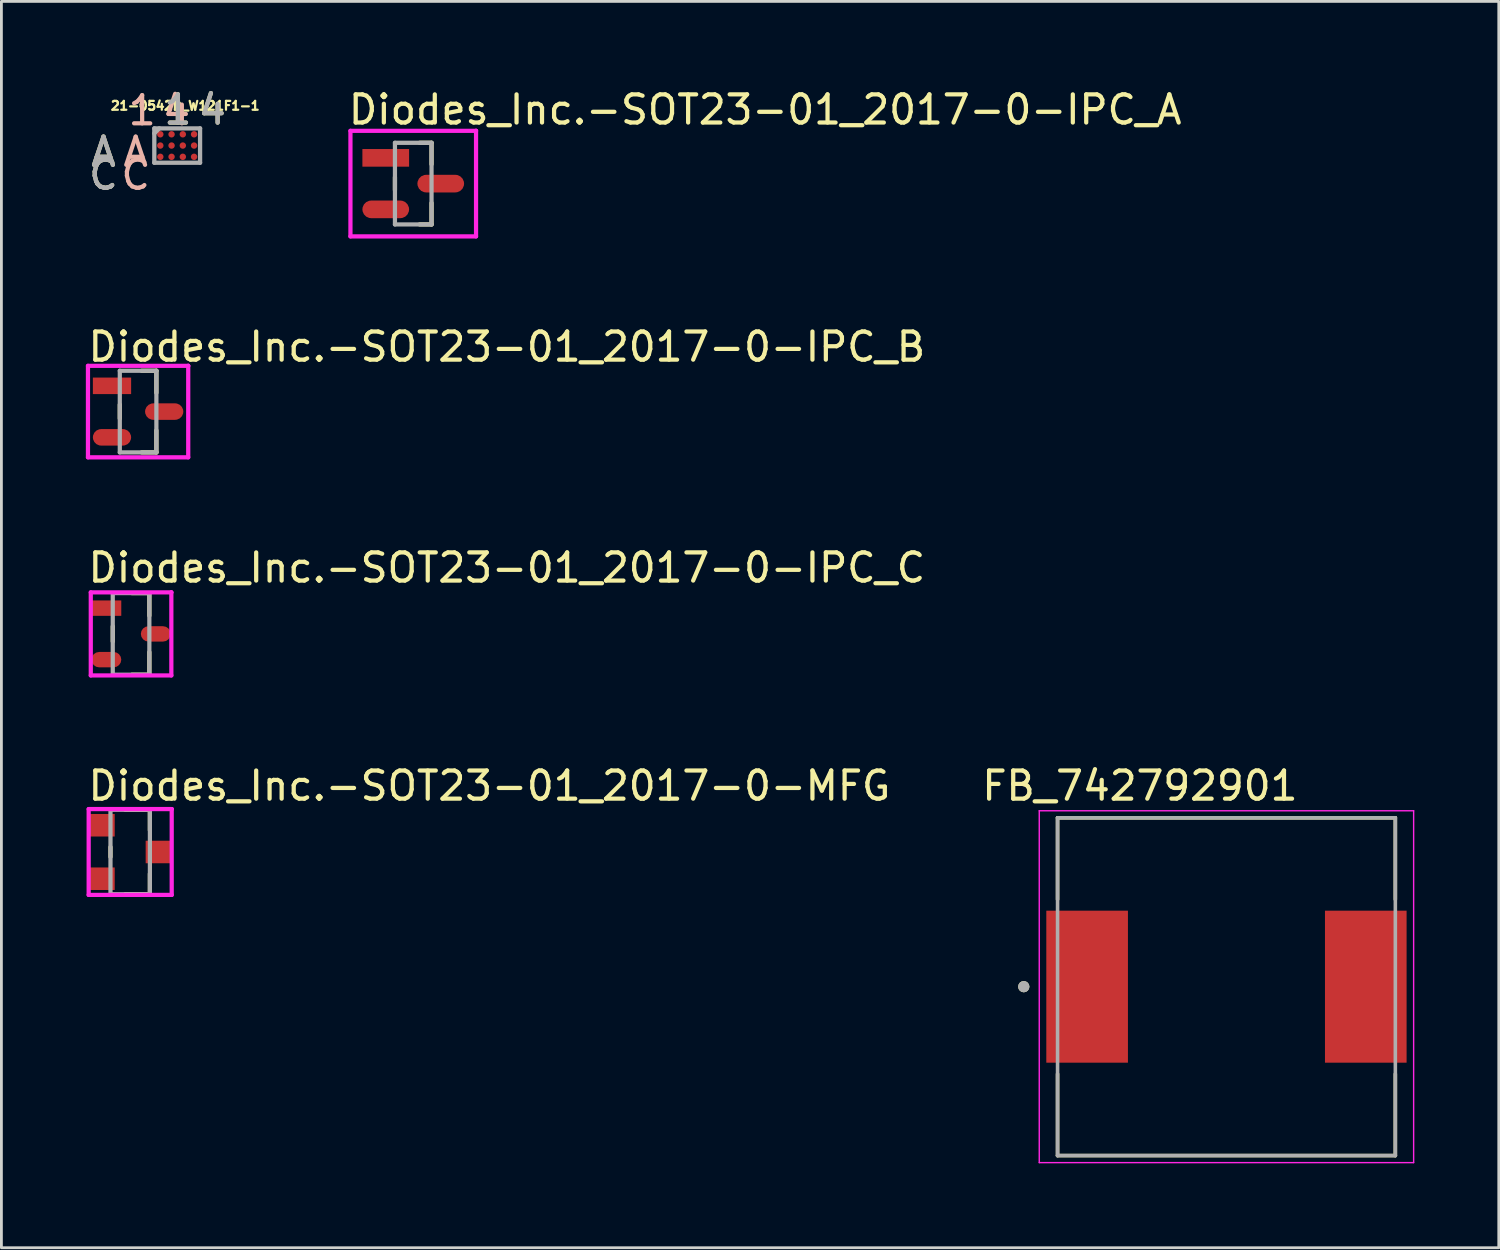
<source format=kicad_pcb>
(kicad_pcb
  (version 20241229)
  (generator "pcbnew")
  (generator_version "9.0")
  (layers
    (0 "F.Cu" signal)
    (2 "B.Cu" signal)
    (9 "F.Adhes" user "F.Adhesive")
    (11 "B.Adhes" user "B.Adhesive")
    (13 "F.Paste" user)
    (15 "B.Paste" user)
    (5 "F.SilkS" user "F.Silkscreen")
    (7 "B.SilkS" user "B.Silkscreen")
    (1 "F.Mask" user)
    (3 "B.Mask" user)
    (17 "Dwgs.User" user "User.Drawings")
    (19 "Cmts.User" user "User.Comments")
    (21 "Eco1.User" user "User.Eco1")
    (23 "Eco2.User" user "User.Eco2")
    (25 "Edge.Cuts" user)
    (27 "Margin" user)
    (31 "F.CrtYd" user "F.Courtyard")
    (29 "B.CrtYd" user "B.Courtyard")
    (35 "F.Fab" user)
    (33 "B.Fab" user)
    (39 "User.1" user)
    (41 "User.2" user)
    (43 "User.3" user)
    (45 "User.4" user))
  (footprint "21-0542D_W121F1-1"
    (layer "F.Cu")
    (at 3.245 2.121)
    (property "Reference" "21-0542D_W121F1-1" (at 0.286 -1.414 0) (layer "F.SilkS") (effects (font (size 0.315 0.315) (thickness 0.15))))
    (attr through_hole)
    (fp_line (start -0.813 -0.61) (end -0.813 0.61) (stroke (width 0.152) (type solid)) (layer "F.Fab"))
    (fp_line (start -0.813 0.61) (end 0.813 0.61) (stroke (width 0.152) (type solid)) (layer "F.Fab"))
    (fp_line (start -0.635 -0.61) (end -0.813 -0.432) (stroke (width 0.152) (type solid)) (layer "F.Fab"))
    (fp_line (start 0.813 -0.61) (end -0.813 -0.61) (stroke (width 0.152) (type solid)) (layer "F.Fab"))
    (fp_line (start 0.813 0.61) (end 0.813 -0.61) (stroke (width 0.152) (type solid)) (layer "F.Fab"))
    (fp_text user "4" (at 1.245 -1.271 0) (layer "F.SilkS") (effects (font (size 1.001 1.001) (thickness 0.15))))
    (fp_text user "C" (at -2.619 1.042 0) (layer "F.SilkS") (effects (font (size 1.001 1.001) (thickness 0.15))))
    (fp_text user "A" (at -2.619 0.229 0) (layer "F.SilkS") (effects (font (size 1.001 1.001) (thickness 0.15))))
    (fp_text user "1" (at 0.025 -1.271 0) (layer "F.SilkS") (effects (font (size 1.001 1.001) (thickness 0.15))))
    (fp_text user "4" (at -0.025 -1.245 0) (layer "B.SilkS") (effects (font (size 1 1) (thickness 0.15))))
    (fp_text user "C" (at -1.476 1.043 0) (layer "B.SilkS") (effects (font (size 1.002 1.002) (thickness 0.15))))
    (fp_text user "A" (at -1.475 0.229 0) (layer "B.SilkS") (effects (font (size 1.001 1.001) (thickness 0.15))))
    (fp_text user "1" (at -1.245 -1.245 0) (layer "B.SilkS") (effects (font (size 1 1) (thickness 0.15))))
    (fp_text user "4" (at 1.246 -1.271 0) (layer "F.Fab") (effects (font (size 1.001 1.001) (thickness 0.15))))
    (fp_text user "A" (at -2.619 0.229 0) (layer "F.Fab") (effects (font (size 1.001 1.001) (thickness 0.15))))
    (fp_text user "C" (at -2.62 1.043 0) (layer "F.Fab") (effects (font (size 1.001 1.001) (thickness 0.15))))
    (fp_text user "1" (at 0.025 -1.272 0) (layer "F.Fab") (effects (font (size 1.001 1.001) (thickness 0.15))))
    (pad "A1" smd circle (at -0.6 -0.4) (size 0.229 0.229) (layers "F.Cu" "F.Mask" "F.Paste"))
    (pad "A2" smd circle (at -0.2 -0.4) (size 0.229 0.229) (layers "F.Cu" "F.Mask" "F.Paste"))
    (pad "A3" smd circle (at 0.2 -0.4) (size 0.229 0.229) (layers "F.Cu" "F.Mask" "F.Paste"))
    (pad "A4" smd circle (at 0.6 -0.4) (size 0.229 0.229) (layers "F.Cu" "F.Mask" "F.Paste"))
    (pad "B1" smd circle (at -0.6 0) (size 0.229 0.229) (layers "F.Cu" "F.Mask" "F.Paste"))
    (pad "B2" smd circle (at -0.2 0) (size 0.229 0.229) (layers "F.Cu" "F.Mask" "F.Paste"))
    (pad "B3" smd circle (at 0.2 0) (size 0.229 0.229) (layers "F.Cu" "F.Mask" "F.Paste"))
    (pad "B4" smd circle (at 0.6 0) (size 0.229 0.229) (layers "F.Cu" "F.Mask" "F.Paste"))
    (pad "C1" smd circle (at -0.6 0.4) (size 0.229 0.229) (layers "F.Cu" "F.Mask" "F.Paste"))
    (pad "C2" smd circle (at -0.2 0.4) (size 0.229 0.229) (layers "F.Cu" "F.Mask" "F.Paste"))
    (pad "C3" smd circle (at 0.2 0.4) (size 0.229 0.229) (layers "F.Cu" "F.Mask" "F.Paste"))
    (pad "C4" smd circle (at 0.6 0.4) (size 0.229 0.229) (layers "F.Cu" "F.Mask" "F.Paste")))
  (footprint "Diodes_Inc.-SOT23-01_2017-0-MFG"
    (layer "F.Cu")
    (at 1.575 27.218)
    (property "Reference" "Diodes_Inc.-SOT23-01_2017-0-MFG" (at -1.575 -2.35 0) (layer "F.SilkS") (effects (font (size 1 1) (thickness 0.15)) (justify left)))
    (attr through_hole)
    (fp_line (start -0.7 0.175) (end -0.7 -0.175) (stroke (width 0.15) (type solid)) (layer "F.SilkS"))
    (fp_line (start -0.175 -1.5) (end 0.7 -1.5) (stroke (width 0.15) (type solid)) (layer "F.SilkS"))
    (fp_line (start -0.175 1.5) (end 0.7 1.5) (stroke (width 0.15) (type solid)) (layer "F.SilkS"))
    (fp_line (start 0.7 -0.775) (end 0.7 -1.5) (stroke (width 0.15) (type solid)) (layer "F.SilkS"))
    (fp_line (start 0.7 1.5) (end 0.7 0.775) (stroke (width 0.15) (type solid)) (layer "F.SilkS"))
    (fp_line (start -1.475 -1.525) (end -1.475 1.525) (stroke (width 0.15) (type solid)) (layer "F.CrtYd"))
    (fp_line (start -1.475 1.525) (end 1.475 1.525) (stroke (width 0.15) (type solid)) (layer "F.CrtYd"))
    (fp_line (start 1.475 -1.525) (end -1.475 -1.525) (stroke (width 0.15) (type solid)) (layer "F.CrtYd"))
    (fp_line (start 1.475 -1.525) (end 1.475 -1.525) (stroke (width 0.15) (type solid)) (layer "F.CrtYd"))
    (fp_line (start 1.475 1.525) (end 1.475 -1.525) (stroke (width 0.15) (type solid)) (layer "F.CrtYd"))
    (fp_line (start -0.7 -1.5) (end 0.7 -1.5) (stroke (width 0.15) (type solid)) (layer "F.Fab"))
    (fp_line (start -0.7 1.5) (end -0.7 -1.5) (stroke (width 0.15) (type solid)) (layer "F.Fab"))
    (fp_line (start 0.7 -1.5) (end 0.7 1.5) (stroke (width 0.15) (type solid)) (layer "F.Fab"))
    (fp_line (start 0.7 1.5) (end -0.7 1.5) (stroke (width 0.15) (type solid)) (layer "F.Fab"))
    (pad "1" smd rect (at -1 -0.95) (size 0.9 0.8) (layers "F.Cu" "F.Mask" "F.Paste"))
    (pad "2" smd rect (at -1 0.95) (size 0.9 0.8) (layers "F.Cu" "F.Mask" "F.Paste"))
    (pad "3" smd rect (at 1 0) (size 0.9 0.8) (layers "F.Cu" "F.Mask" "F.Paste")))
  (footprint "Diodes_Inc.-SOT23-01_2017-0-IPC_A"
    (layer "F.Cu")
    (at 11.631 3.473)
    (property "Reference" "Diodes_Inc.-SOT23-01_2017-0-IPC_A" (at -2.381 -2.625 0) (layer "F.SilkS") (effects (font (size 1 1) (thickness 0.15)) (justify left)))
    (attr through_hole)
    (fp_line (start -0.65 0.227) (end -0.65 -0.227) (stroke (width 0.15) (type solid)) (layer "F.SilkS"))
    (fp_line (start 0.228 -1.45) (end 0.65 -1.45) (stroke (width 0.15) (type solid)) (layer "F.SilkS"))
    (fp_line (start 0.228 1.45) (end 0.65 1.45) (stroke (width 0.15) (type solid)) (layer "F.SilkS"))
    (fp_line (start 0.65 -0.688) (end 0.65 -1.45) (stroke (width 0.15) (type solid)) (layer "F.SilkS"))
    (fp_line (start 0.65 1.45) (end 0.65 0.688) (stroke (width 0.15) (type solid)) (layer "F.SilkS"))
    (fp_line (start -2.231 -1.875) (end -2.231 1.875) (stroke (width 0.15) (type solid)) (layer "F.CrtYd"))
    (fp_line (start -2.231 1.875) (end 2.231 1.875) (stroke (width 0.15) (type solid)) (layer "F.CrtYd"))
    (fp_line (start 2.231 -1.875) (end -2.231 -1.875) (stroke (width 0.15) (type solid)) (layer "F.CrtYd"))
    (fp_line (start 2.231 -1.875) (end 2.231 -1.875) (stroke (width 0.15) (type solid)) (layer "F.CrtYd"))
    (fp_line (start 2.231 1.875) (end 2.231 -1.875) (stroke (width 0.15) (type solid)) (layer "F.CrtYd"))
    (fp_line (start -0.65 -1.45) (end 0.65 -1.45) (stroke (width 0.15) (type solid)) (layer "F.Fab"))
    (fp_line (start -0.65 1.45) (end -0.65 -1.45) (stroke (width 0.15) (type solid)) (layer "F.Fab"))
    (fp_line (start 0.65 -1.45) (end 0.65 1.45) (stroke (width 0.15) (type solid)) (layer "F.Fab"))
    (fp_line (start 0.65 1.45) (end -0.65 1.45) (stroke (width 0.15) (type solid)) (layer "F.Fab"))
    (pad "1" smd rect (at -0.977 -0.915) (size 1.659 0.627) (layers "F.Cu" "F.Mask" "F.Paste"))
    (pad "2" smd roundrect (at -0.977 0.915) (size 1.659 0.627) (layers "F.Cu" "F.Mask" "F.Paste") (roundrect_rratio 0.5))
    (pad "3" smd roundrect (at 0.977 0.000001) (size 1.659 0.627) (layers "F.Cu" "F.Mask" "F.Paste") (roundrect_rratio 0.5)))
  (footprint "Diodes_Inc.-SOT23-01_2017-0-IPC_B"
    (layer "F.Cu")
    (at 1.856 11.572)
    (property "Reference" "Diodes_Inc.-SOT23-01_2017-0-IPC_B" (at -1.856 -2.3 0) (layer "F.SilkS") (effects (font (size 1 1) (thickness 0.15)) (justify left)))
    (attr through_hole)
    (fp_line (start -0.65 0.247) (end -0.65 -0.247) (stroke (width 0.15) (type solid)) (layer "F.SilkS"))
    (fp_line (start 0.128 -1.45) (end 0.65 -1.45) (stroke (width 0.15) (type solid)) (layer "F.SilkS"))
    (fp_line (start 0.128 1.45) (end 0.65 1.45) (stroke (width 0.15) (type solid)) (layer "F.SilkS"))
    (fp_line (start 0.65 -0.668) (end 0.65 -1.45) (stroke (width 0.15) (type solid)) (layer "F.SilkS"))
    (fp_line (start 0.65 1.45) (end 0.65 0.668) (stroke (width 0.15) (type solid)) (layer "F.SilkS"))
    (fp_line (start -1.781 -1.625) (end -1.781 1.625) (stroke (width 0.15) (type solid)) (layer "F.CrtYd"))
    (fp_line (start -1.781 1.625) (end 1.781 1.625) (stroke (width 0.15) (type solid)) (layer "F.CrtYd"))
    (fp_line (start 1.781 -1.625) (end -1.781 -1.625) (stroke (width 0.15) (type solid)) (layer "F.CrtYd"))
    (fp_line (start 1.781 -1.625) (end 1.781 -1.625) (stroke (width 0.15) (type solid)) (layer "F.CrtYd"))
    (fp_line (start 1.781 1.625) (end 1.781 -1.625) (stroke (width 0.15) (type solid)) (layer "F.CrtYd"))
    (fp_line (start -0.65 -1.45) (end 0.65 -1.45) (stroke (width 0.15) (type solid)) (layer "F.Fab"))
    (fp_line (start -0.65 1.45) (end -0.65 -1.45) (stroke (width 0.15) (type solid)) (layer "F.Fab"))
    (fp_line (start 0.65 -1.45) (end 0.65 1.45) (stroke (width 0.15) (type solid)) (layer "F.Fab"))
    (fp_line (start 0.65 1.45) (end -0.65 1.45) (stroke (width 0.15) (type solid)) (layer "F.Fab"))
    (pad "1" smd rect (at -0.927 -0.915) (size 1.359 0.587) (layers "F.Cu" "F.Mask" "F.Paste"))
    (pad "2" smd roundrect (at -0.927 0.915) (size 1.359 0.587) (layers "F.Cu" "F.Mask" "F.Paste") (roundrect_rratio 0.5))
    (pad "3" smd roundrect (at 0.927 0.000001) (size 1.359 0.587) (layers "F.Cu" "F.Mask" "F.Paste") (roundrect_rratio 0.5)))
  (footprint "Diodes_Inc.-SOT23-01_2017-0-IPC_C"
    (layer "F.Cu")
    (at 1.606 19.47)
    (property "Reference" "Diodes_Inc.-SOT23-01_2017-0-IPC_C" (at -1.606 -2.35 0) (layer "F.SilkS") (effects (font (size 1 1) (thickness 0.15)) (justify left)))
    (attr through_hole)
    (fp_line (start -0.65 0.267) (end -0.65 -0.267) (stroke (width 0.15) (type solid)) (layer "F.SilkS"))
    (fp_line (start 0.028 -1.45) (end 0.65 -1.45) (stroke (width 0.15) (type solid)) (layer "F.SilkS"))
    (fp_line (start 0.028 1.45) (end 0.65 1.45) (stroke (width 0.15) (type solid)) (layer "F.SilkS"))
    (fp_line (start 0.65 -0.648) (end 0.65 -1.45) (stroke (width 0.15) (type solid)) (layer "F.SilkS"))
    (fp_line (start 0.65 1.45) (end 0.65 0.648) (stroke (width 0.15) (type solid)) (layer "F.SilkS"))
    (fp_line (start -1.431 -1.475) (end -1.431 1.475) (stroke (width 0.15) (type solid)) (layer "F.CrtYd"))
    (fp_line (start -1.431 1.475) (end 1.431 1.475) (stroke (width 0.15) (type solid)) (layer "F.CrtYd"))
    (fp_line (start 1.431 -1.475) (end -1.431 -1.475) (stroke (width 0.15) (type solid)) (layer "F.CrtYd"))
    (fp_line (start 1.431 -1.475) (end 1.431 -1.475) (stroke (width 0.15) (type solid)) (layer "F.CrtYd"))
    (fp_line (start 1.431 1.475) (end 1.431 -1.475) (stroke (width 0.15) (type solid)) (layer "F.CrtYd"))
    (fp_line (start -0.65 -1.45) (end 0.65 -1.45) (stroke (width 0.15) (type solid)) (layer "F.Fab"))
    (fp_line (start -0.65 1.45) (end -0.65 -1.45) (stroke (width 0.15) (type solid)) (layer "F.Fab"))
    (fp_line (start 0.65 -1.45) (end 0.65 1.45) (stroke (width 0.15) (type solid)) (layer "F.Fab"))
    (fp_line (start 0.65 1.45) (end -0.65 1.45) (stroke (width 0.15) (type solid)) (layer "F.Fab"))
    (pad "1" smd rect (at -0.877 -0.915) (size 1.059 0.547) (layers "F.Cu" "F.Mask" "F.Paste"))
    (pad "2" smd roundrect (at -0.877 0.915) (size 1.059 0.547) (layers "F.Cu" "F.Mask" "F.Paste") (roundrect_rratio 0.5))
    (pad "3" smd roundrect (at 0.877 0.000001) (size 1.059 0.547) (layers "F.Cu" "F.Mask" "F.Paste") (roundrect_rratio 0.5)))
  (footprint "FB_742792901"
    (layer "F.Cu")
    (at 40.521 32.003)
    (property "Reference" "FB_742792901" (at -3.075 -7.135 0) (layer "F.SilkS") (effects (font (size 1 1) (thickness 0.15))))
    (attr through_hole)
    (fp_poly (pts (xy -6.5 -2.8) (xy -3.5 -2.8) (xy -3.5 2.8) (xy -6.5 2.8)) (stroke (width 0.01) (type solid)) (fill yes) (layer "F.Mask"))
    (fp_poly (pts (xy 3.5 -2.8) (xy 6.5 -2.8) (xy 6.5 2.8) (xy 3.5 2.8)) (stroke (width 0.01) (type solid)) (fill yes) (layer "F.Mask"))
    (fp_line (start -6 -6) (end 6 -6) (stroke (width 0.127) (type solid)) (layer "F.SilkS"))
    (fp_line (start -6 -3.1) (end -6 -6) (stroke (width 0.127) (type solid)) (layer "F.SilkS"))
    (fp_line (start -6 6) (end -6 3.1) (stroke (width 0.127) (type solid)) (layer "F.SilkS"))
    (fp_line (start 6 -6) (end 6 -3.1) (stroke (width 0.127) (type solid)) (layer "F.SilkS"))
    (fp_line (start 6 3.1) (end 6 6) (stroke (width 0.127) (type solid)) (layer "F.SilkS"))
    (fp_line (start 6 6) (end -6 6) (stroke (width 0.127) (type solid)) (layer "F.SilkS"))
    (fp_circle (center -7.2 0) (end -7.1 0) (stroke (width 0.2) (type solid)) (fill no) (layer "F.SilkS"))
    (fp_line (start -6.65 -6.25) (end 6.65 -6.25) (stroke (width 0.05) (type solid)) (layer "F.CrtYd"))
    (fp_line (start -6.65 6.25) (end -6.65 -6.25) (stroke (width 0.05) (type solid)) (layer "F.CrtYd"))
    (fp_line (start -6.65 6.25) (end 6.65 6.25) (stroke (width 0.05) (type solid)) (layer "F.CrtYd"))
    (fp_line (start 6.65 6.25) (end 6.65 -6.25) (stroke (width 0.05) (type solid)) (layer "F.CrtYd"))
    (fp_line (start -6 6) (end -6 -6) (stroke (width 0.127) (type solid)) (layer "F.Fab"))
    (fp_line (start 6 -6) (end -6 -6) (stroke (width 0.127) (type solid)) (layer "F.Fab"))
    (fp_line (start 6 6) (end -6 6) (stroke (width 0.127) (type solid)) (layer "F.Fab"))
    (fp_line (start 6 6) (end 6 -6) (stroke (width 0.127) (type solid)) (layer "F.Fab"))
    (fp_circle (center -7.2 0) (end -7.1 0) (stroke (width 0.2) (type solid)) (fill no) (layer "F.Fab"))
    (pad "1" smd rect (at -4.95 0) (size 2.9 5.4) (layers "F.Cu" "F.Paste"))
    (pad "2" smd rect (at 4.95 0) (size 2.9 5.4) (layers "F.Cu" "F.Paste")))
  (gr_rect
    (start -3 -3)
    (end 50.196 41.278)
    (stroke (width 0.1) (type default))
    (fill no)
    (layer "Edge.Cuts")))
</source>
